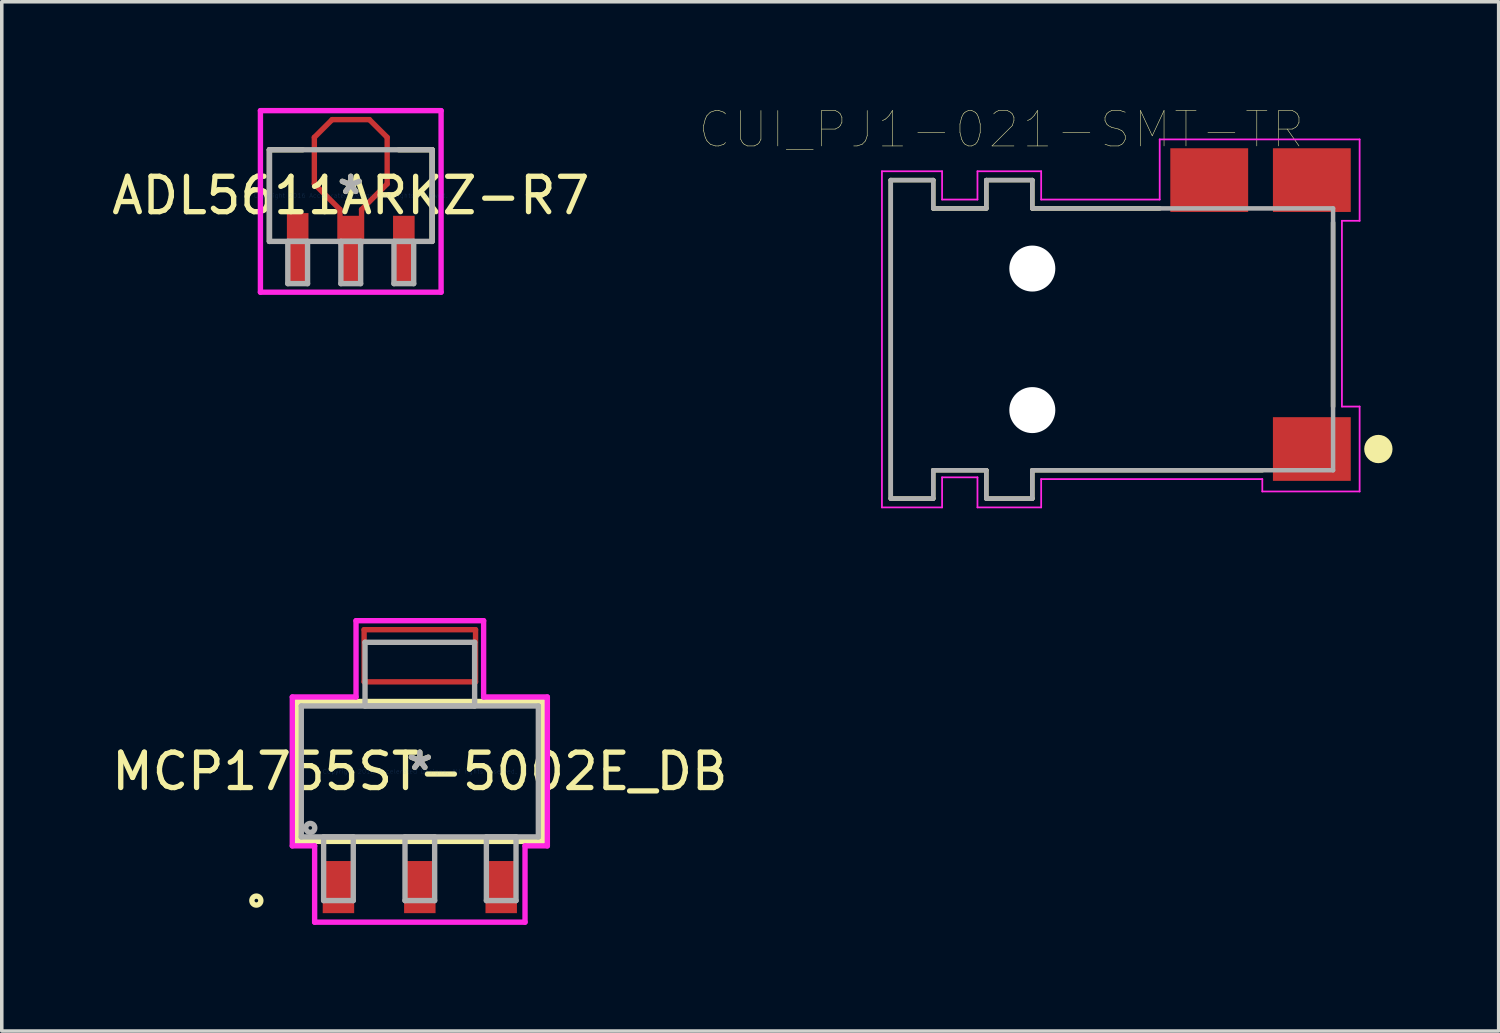
<source format=kicad_pcb>
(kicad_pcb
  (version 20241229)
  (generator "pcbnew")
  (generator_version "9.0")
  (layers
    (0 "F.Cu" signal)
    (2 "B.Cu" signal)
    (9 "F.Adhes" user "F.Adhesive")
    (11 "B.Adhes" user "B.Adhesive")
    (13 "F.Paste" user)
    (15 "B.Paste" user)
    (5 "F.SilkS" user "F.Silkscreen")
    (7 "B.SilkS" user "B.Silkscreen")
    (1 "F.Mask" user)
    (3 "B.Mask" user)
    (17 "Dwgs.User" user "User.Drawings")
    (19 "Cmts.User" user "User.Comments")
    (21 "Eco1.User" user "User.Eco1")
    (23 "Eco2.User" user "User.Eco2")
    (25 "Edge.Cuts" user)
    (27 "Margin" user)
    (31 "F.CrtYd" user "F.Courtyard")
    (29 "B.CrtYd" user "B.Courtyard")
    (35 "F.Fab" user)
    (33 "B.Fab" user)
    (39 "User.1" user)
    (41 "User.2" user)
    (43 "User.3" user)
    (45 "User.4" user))
  (footprint "ADL5611ARKZ-R7"
    (layer "F.Cu")
    (at 6.863 2.477)
    (property "Reference" "ADL5611ARKZ-R7" (at 0 0 0) (layer "F.SilkS") (effects (font (size 1 1) (thickness 0.15))))
    (attr through_hole)
    (fp_line (start -1.029 -1.645) (end -0.527 -2.146) (stroke (width 0.152) (type solid)) (layer "F.Cu"))
    (fp_line (start -1.029 -0.33) (end -1.029 -1.645) (stroke (width 0.152) (type solid)) (layer "F.Cu"))
    (fp_line (start -0.527 -2.146) (end 0.527 -2.146) (stroke (width 0.152) (type solid)) (layer "F.Cu"))
    (fp_line (start -0.305 0.394) (end -1.029 -0.33) (stroke (width 0.152) (type solid)) (layer "F.Cu"))
    (fp_line (start -0.305 1.321) (end -0.305 0.394) (stroke (width 0.152) (type solid)) (layer "F.Cu"))
    (fp_line (start 0.305 0.394) (end 0.305 1.321) (stroke (width 0.152) (type solid)) (layer "F.Cu"))
    (fp_line (start 0.305 1.321) (end -0.305 1.321) (stroke (width 0.152) (type solid)) (layer "F.Cu"))
    (fp_line (start 0.527 -2.146) (end 1.029 -1.645) (stroke (width 0.152) (type solid)) (layer "F.Cu"))
    (fp_line (start 1.029 -1.645) (end 1.029 -0.33) (stroke (width 0.152) (type solid)) (layer "F.Cu"))
    (fp_line (start 1.029 -0.33) (end 0.305 0.394) (stroke (width 0.152) (type solid)) (layer "F.Cu"))
    (fp_line (start -1.054 -1.67) (end -0.552 -2.172) (stroke (width 0.152) (type solid)) (layer "F.Mask"))
    (fp_line (start -1.054 -0.305) (end -1.054 -1.67) (stroke (width 0.152) (type solid)) (layer "F.Mask"))
    (fp_line (start -0.552 -2.172) (end 0.552 -2.172) (stroke (width 0.152) (type solid)) (layer "F.Mask"))
    (fp_line (start -0.33 0.419) (end -1.054 -0.305) (stroke (width 0.152) (type solid)) (layer "F.Mask"))
    (fp_line (start -0.33 1.346) (end -0.33 0.419) (stroke (width 0.152) (type solid)) (layer "F.Mask"))
    (fp_line (start 0.33 0.419) (end 0.33 1.346) (stroke (width 0.152) (type solid)) (layer "F.Mask"))
    (fp_line (start 0.33 1.346) (end -0.33 1.346) (stroke (width 0.152) (type solid)) (layer "F.Mask"))
    (fp_line (start 0.552 -2.172) (end 1.054 -1.67) (stroke (width 0.152) (type solid)) (layer "F.Mask"))
    (fp_line (start 1.054 -1.67) (end 1.054 -0.305) (stroke (width 0.152) (type solid)) (layer "F.Mask"))
    (fp_line (start 1.054 -0.305) (end 0.33 0.419) (stroke (width 0.152) (type solid)) (layer "F.Mask"))
    (fp_line (start -2.299 -1.295) (end -2.299 1.295) (stroke (width 0.152) (type solid)) (layer "F.SilkS"))
    (fp_line (start -1.359 -1.295) (end -2.299 -1.295) (stroke (width 0.152) (type solid)) (layer "F.SilkS"))
    (fp_line (start 2.299 -1.295) (end 1.359 -1.295) (stroke (width 0.152) (type solid)) (layer "F.SilkS"))
    (fp_line (start 2.299 1.295) (end 2.299 -1.295) (stroke (width 0.152) (type solid)) (layer "F.SilkS"))
    (fp_line (start -1.029 -1.645) (end -0.527 -2.146) (stroke (width 0.152) (type solid)) (layer "F.Paste"))
    (fp_line (start -1.029 -0.33) (end -1.029 -1.645) (stroke (width 0.152) (type solid)) (layer "F.Paste"))
    (fp_line (start -0.527 -2.146) (end 0.527 -2.146) (stroke (width 0.152) (type solid)) (layer "F.Paste"))
    (fp_line (start -0.305 0.394) (end -1.029 -0.33) (stroke (width 0.152) (type solid)) (layer "F.Paste"))
    (fp_line (start -0.305 1.321) (end -0.305 0.394) (stroke (width 0.152) (type solid)) (layer "F.Paste"))
    (fp_line (start 0.305 0.394) (end 0.305 1.321) (stroke (width 0.152) (type solid)) (layer "F.Paste"))
    (fp_line (start 0.305 1.321) (end -0.305 1.321) (stroke (width 0.152) (type solid)) (layer "F.Paste"))
    (fp_line (start 0.527 -2.146) (end 1.029 -1.645) (stroke (width 0.152) (type solid)) (layer "F.Paste"))
    (fp_line (start 1.029 -1.645) (end 1.029 -0.33) (stroke (width 0.152) (type solid)) (layer "F.Paste"))
    (fp_line (start 1.029 -0.33) (end 0.305 0.394) (stroke (width 0.152) (type solid)) (layer "F.Paste"))
    (fp_line (start -2.553 -2.4) (end 2.553 -2.4) (stroke (width 0.152) (type solid)) (layer "F.CrtYd"))
    (fp_line (start -2.553 2.731) (end -2.553 -2.4) (stroke (width 0.152) (type solid)) (layer "F.CrtYd"))
    (fp_line (start 2.553 -2.4) (end 2.553 2.731) (stroke (width 0.152) (type solid)) (layer "F.CrtYd"))
    (fp_line (start 2.553 2.731) (end -2.553 2.731) (stroke (width 0.152) (type solid)) (layer "F.CrtYd"))
    (fp_line (start -2.299 -1.295) (end -2.299 1.295) (stroke (width 0.152) (type solid)) (layer "F.Fab"))
    (fp_line (start -2.299 1.295) (end 2.299 1.295) (stroke (width 0.152) (type solid)) (layer "F.Fab"))
    (fp_line (start -1.779 1.295) (end -1.779 2.489) (stroke (width 0.152) (type solid)) (layer "F.Fab"))
    (fp_line (start -1.779 2.489) (end -1.221 2.489) (stroke (width 0.152) (type solid)) (layer "F.Fab"))
    (fp_line (start -1.221 1.295) (end -1.779 1.295) (stroke (width 0.152) (type solid)) (layer "F.Fab"))
    (fp_line (start -1.221 2.489) (end -1.221 1.295) (stroke (width 0.152) (type solid)) (layer "F.Fab"))
    (fp_line (start -0.279 1.295) (end -0.279 2.489) (stroke (width 0.152) (type solid)) (layer "F.Fab"))
    (fp_line (start -0.279 2.489) (end 0.279 2.489) (stroke (width 0.152) (type solid)) (layer "F.Fab"))
    (fp_line (start 0.279 1.295) (end -0.279 1.295) (stroke (width 0.152) (type solid)) (layer "F.Fab"))
    (fp_line (start 0.279 2.489) (end 0.279 1.295) (stroke (width 0.152) (type solid)) (layer "F.Fab"))
    (fp_line (start 1.221 1.295) (end 1.221 2.489) (stroke (width 0.152) (type solid)) (layer "F.Fab"))
    (fp_line (start 1.221 2.489) (end 1.779 2.489) (stroke (width 0.152) (type solid)) (layer "F.Fab"))
    (fp_line (start 1.779 1.295) (end 1.221 1.295) (stroke (width 0.152) (type solid)) (layer "F.Fab"))
    (fp_line (start 1.779 2.489) (end 1.779 1.295) (stroke (width 0.152) (type solid)) (layer "F.Fab"))
    (fp_line (start 2.299 -1.295) (end -2.299 -1.295) (stroke (width 0.152) (type solid)) (layer "F.Fab"))
    (fp_line (start 2.299 1.295) (end 2.299 -1.295) (stroke (width 0.152) (type solid)) (layer "F.Fab"))
    (fp_text user "*" (at 0 0 0) (layer "F.SilkS") (effects (font (size 1 1) (thickness 0.15))))
    (fp_text user "Copyright 2016 Accelerated Designs. All rights reserved." (at 0 0 0) (layer "Cmts.User") (effects (font (size 0.127 0.127) (thickness 0.002))))
    (fp_text user "*" (at 0 0 0) (layer "F.Fab") (effects (font (size 1 1) (thickness 0.15))))
    (pad "1" smd rect (at -1.5 1.524) (size 0.61 2.057) (layers "F.Cu" "F.Mask" "F.Paste"))
    (pad "2" smd rect (at 0 1.524) (size 0.61 1.905) (layers "F.Cu" "F.Mask" "F.Paste"))
    (pad "3" smd rect (at 1.5 1.524) (size 0.61 1.905) (layers "F.Cu" "F.Mask" "F.Paste")))
  (footprint "MCP1755ST-5002E_DB"
    (layer "F.Cu")
    (at 8.815 18.752)
    (property "Reference" "MCP1755ST-5002E_DB" (at 0 0 0) (layer "F.SilkS") (effects (font (size 1 1) (thickness 0.15))))
    (attr through_hole)
    (fp_line (start -1.575 -4.006) (end -1.575 -2.532) (stroke (width 0.152) (type solid)) (layer "F.Cu"))
    (fp_line (start -1.575 -2.532) (end 1.575 -2.532) (stroke (width 0.152) (type solid)) (layer "F.Cu"))
    (fp_line (start 1.575 -4.006) (end -1.575 -4.006) (stroke (width 0.152) (type solid)) (layer "F.Cu"))
    (fp_line (start 1.575 -2.532) (end 1.575 -4.006) (stroke (width 0.152) (type solid)) (layer "F.Cu"))
    (fp_line (start -1.6 -4.361) (end -1.6 -2.177) (stroke (width 0.152) (type solid)) (layer "F.Mask"))
    (fp_line (start -1.6 -2.177) (end 1.6 -2.177) (stroke (width 0.152) (type solid)) (layer "F.Mask"))
    (fp_line (start 1.6 -4.361) (end -1.6 -4.361) (stroke (width 0.152) (type solid)) (layer "F.Mask"))
    (fp_line (start 1.6 -2.177) (end 1.6 -4.361) (stroke (width 0.152) (type solid)) (layer "F.Mask"))
    (fp_line (start -3.477 -1.977) (end -3.477 1.977) (stroke (width 0.152) (type solid)) (layer "F.SilkS"))
    (fp_line (start -3.477 1.977) (end 3.477 1.977) (stroke (width 0.152) (type solid)) (layer "F.SilkS"))
    (fp_line (start 3.477 -1.977) (end -3.477 -1.977) (stroke (width 0.152) (type solid)) (layer "F.SilkS"))
    (fp_line (start 3.477 1.977) (end 3.477 -1.977) (stroke (width 0.152) (type solid)) (layer "F.SilkS"))
    (fp_circle (center -4.62 3.65) (end -4.493 3.65) (stroke (width 0.152) (type solid)) (fill no) (layer "F.SilkS"))
    (fp_line (start -1.575 -4.006) (end -1.575 -2.532) (stroke (width 0.152) (type solid)) (layer "F.Paste"))
    (fp_line (start -1.575 -2.532) (end 1.575 -2.532) (stroke (width 0.152) (type solid)) (layer "F.Paste"))
    (fp_line (start 1.575 -4.006) (end -1.575 -4.006) (stroke (width 0.152) (type solid)) (layer "F.Paste"))
    (fp_line (start 1.575 -2.532) (end 1.575 -4.006) (stroke (width 0.152) (type solid)) (layer "F.Paste"))
    (fp_line (start -3.604 -2.104) (end -1.803 -2.104) (stroke (width 0.152) (type solid)) (layer "F.CrtYd"))
    (fp_line (start -3.604 2.104) (end -3.604 -2.104) (stroke (width 0.152) (type solid)) (layer "F.CrtYd"))
    (fp_line (start -2.973 2.104) (end -3.604 2.104) (stroke (width 0.152) (type solid)) (layer "F.CrtYd"))
    (fp_line (start -2.973 4.26) (end -2.973 2.104) (stroke (width 0.152) (type solid)) (layer "F.CrtYd"))
    (fp_line (start -1.803 -4.26) (end 1.803 -4.26) (stroke (width 0.152) (type solid)) (layer "F.CrtYd"))
    (fp_line (start -1.803 -2.104) (end -1.803 -4.26) (stroke (width 0.152) (type solid)) (layer "F.CrtYd"))
    (fp_line (start 1.803 -4.26) (end 1.803 -2.104) (stroke (width 0.152) (type solid)) (layer "F.CrtYd"))
    (fp_line (start 1.803 -2.104) (end 3.604 -2.104) (stroke (width 0.152) (type solid)) (layer "F.CrtYd"))
    (fp_line (start 2.973 2.104) (end 2.973 4.26) (stroke (width 0.152) (type solid)) (layer "F.CrtYd"))
    (fp_line (start 2.973 4.26) (end -2.973 4.26) (stroke (width 0.152) (type solid)) (layer "F.CrtYd"))
    (fp_line (start 3.604 -2.104) (end 3.604 2.104) (stroke (width 0.152) (type solid)) (layer "F.CrtYd"))
    (fp_line (start 3.604 2.104) (end 2.973 2.104) (stroke (width 0.152) (type solid)) (layer "F.CrtYd"))
    (fp_line (start -3.35 -1.85) (end -3.35 1.85) (stroke (width 0.152) (type solid)) (layer "F.Fab"))
    (fp_line (start -3.35 1.85) (end 3.35 1.85) (stroke (width 0.152) (type solid)) (layer "F.Fab"))
    (fp_line (start -2.719 1.85) (end -2.719 3.65) (stroke (width 0.152) (type solid)) (layer "F.Fab"))
    (fp_line (start -2.719 3.65) (end -1.881 3.65) (stroke (width 0.152) (type solid)) (layer "F.Fab"))
    (fp_line (start -1.881 1.85) (end -2.719 1.85) (stroke (width 0.152) (type solid)) (layer "F.Fab"))
    (fp_line (start -1.881 3.65) (end -1.881 1.85) (stroke (width 0.152) (type solid)) (layer "F.Fab"))
    (fp_line (start -1.549 -3.65) (end -1.549 -1.85) (stroke (width 0.152) (type solid)) (layer "F.Fab"))
    (fp_line (start -1.549 -1.85) (end 1.549 -1.85) (stroke (width 0.152) (type solid)) (layer "F.Fab"))
    (fp_line (start -0.419 1.85) (end -0.419 3.65) (stroke (width 0.152) (type solid)) (layer "F.Fab"))
    (fp_line (start -0.419 3.65) (end 0.419 3.65) (stroke (width 0.152) (type solid)) (layer "F.Fab"))
    (fp_line (start 0.419 1.85) (end -0.419 1.85) (stroke (width 0.152) (type solid)) (layer "F.Fab"))
    (fp_line (start 0.419 3.65) (end 0.419 1.85) (stroke (width 0.152) (type solid)) (layer "F.Fab"))
    (fp_line (start 1.549 -3.65) (end -1.549 -3.65) (stroke (width 0.152) (type solid)) (layer "F.Fab"))
    (fp_line (start 1.549 -1.85) (end 1.549 -3.65) (stroke (width 0.152) (type solid)) (layer "F.Fab"))
    (fp_line (start 1.881 1.85) (end 1.881 3.65) (stroke (width 0.152) (type solid)) (layer "F.Fab"))
    (fp_line (start 1.881 3.65) (end 2.719 3.65) (stroke (width 0.152) (type solid)) (layer "F.Fab"))
    (fp_line (start 2.719 1.85) (end 1.881 1.85) (stroke (width 0.152) (type solid)) (layer "F.Fab"))
    (fp_line (start 2.719 3.65) (end 2.719 1.85) (stroke (width 0.152) (type solid)) (layer "F.Fab"))
    (fp_line (start 3.35 -1.85) (end -3.35 -1.85) (stroke (width 0.152) (type solid)) (layer "F.Fab"))
    (fp_line (start 3.35 1.85) (end 3.35 -1.85) (stroke (width 0.152) (type solid)) (layer "F.Fab"))
    (fp_circle (center -3.096 1.596) (end -2.969 1.596) (stroke (width 0.152) (type solid)) (fill no) (layer "F.Fab"))
    (fp_text user "*" (at 0 0 0) (layer "F.SilkS") (effects (font (size 1 1) (thickness 0.15))))
    (fp_text user "Copyright 2016 Accelerated Designs. All rights reserved." (at 0 0 0) (layer "Cmts.User") (effects (font (size 0.127 0.127) (thickness 0.002))))
    (fp_text user "*" (at 0 0 0) (layer "F.Fab") (effects (font (size 1 1) (thickness 0.15))))
    (pad "1" smd rect (at -2.3 3.269) (size 0.889 1.473) (layers "F.Cu" "F.Mask" "F.Paste"))
    (pad "2" smd rect (at 0 3.269) (size 0.889 1.473) (layers "F.Cu" "F.Mask" "F.Paste"))
    (pad "3" smd rect (at 2.3 3.269) (size 0.889 1.473) (layers "F.Cu" "F.Mask" "F.Paste")))
  (footprint "CUI_PJ1-021-SMT-TR"
    (layer "F.Cu")
    (at 28.375 6.54)
    (property "Reference" "CUI_PJ1-021-SMT-TR" (at -3.127 -5.928 0) (layer "F.SilkS") (effects (font (size 1.001 1.001) (thickness 0.015))))
    (attr through_hole)
    (fp_line (start -6.25 -4.5) (end -5.05 -4.5) (stroke (width 0.127) (type solid)) (layer "F.SilkS"))
    (fp_line (start -6.25 4.5) (end -6.25 -4.5) (stroke (width 0.127) (type solid)) (layer "F.SilkS"))
    (fp_line (start -5.05 -4.5) (end -5.05 -3.7) (stroke (width 0.127) (type solid)) (layer "F.SilkS"))
    (fp_line (start -5.05 -3.7) (end -3.55 -3.7) (stroke (width 0.127) (type solid)) (layer "F.SilkS"))
    (fp_line (start -5.05 3.7) (end -5.05 4.5) (stroke (width 0.127) (type solid)) (layer "F.SilkS"))
    (fp_line (start -5.05 4.5) (end -6.25 4.5) (stroke (width 0.127) (type solid)) (layer "F.SilkS"))
    (fp_line (start -3.55 -4.5) (end -2.25 -4.5) (stroke (width 0.127) (type solid)) (layer "F.SilkS"))
    (fp_line (start -3.55 -3.7) (end -3.55 -4.5) (stroke (width 0.127) (type solid)) (layer "F.SilkS"))
    (fp_line (start -3.55 3.7) (end -5.05 3.7) (stroke (width 0.127) (type solid)) (layer "F.SilkS"))
    (fp_line (start -3.55 4.5) (end -3.55 3.7) (stroke (width 0.127) (type solid)) (layer "F.SilkS"))
    (fp_line (start -3.55 4.5) (end -2.25 4.5) (stroke (width 0.127) (type solid)) (layer "F.SilkS"))
    (fp_line (start -2.25 -4.5) (end -2.25 -3.7) (stroke (width 0.127) (type solid)) (layer "F.SilkS"))
    (fp_line (start -2.25 -3.7) (end 1.35 -3.7) (stroke (width 0.127) (type solid)) (layer "F.SilkS"))
    (fp_line (start -2.25 3.7) (end 4.25 3.7) (stroke (width 0.127) (type solid)) (layer "F.SilkS"))
    (fp_line (start -2.25 4.5) (end -2.25 3.7) (stroke (width 0.127) (type solid)) (layer "F.SilkS"))
    (fp_line (start 6.25 -3.3) (end 6.25 1.9) (stroke (width 0.127) (type solid)) (layer "F.SilkS"))
    (fp_circle (center 7.53 3.1) (end 7.73 3.1) (stroke (width 0.4) (type solid)) (fill no) (layer "F.SilkS"))
    (fp_line (start -6.5 -4.75) (end -4.8 -4.75) (stroke (width 0.05) (type solid)) (layer "F.CrtYd"))
    (fp_line (start -6.5 4.75) (end -6.5 -4.75) (stroke (width 0.05) (type solid)) (layer "F.CrtYd"))
    (fp_line (start -4.8 -4.75) (end -4.8 -3.95) (stroke (width 0.05) (type solid)) (layer "F.CrtYd"))
    (fp_line (start -4.8 -3.95) (end -3.8 -3.95) (stroke (width 0.05) (type solid)) (layer "F.CrtYd"))
    (fp_line (start -4.8 3.9) (end -3.8 3.9) (stroke (width 0.05) (type solid)) (layer "F.CrtYd"))
    (fp_line (start -4.8 4.75) (end -6.5 4.75) (stroke (width 0.05) (type solid)) (layer "F.CrtYd"))
    (fp_line (start -4.8 4.75) (end -4.8 3.9) (stroke (width 0.05) (type solid)) (layer "F.CrtYd"))
    (fp_line (start -3.8 -4.75) (end -2 -4.75) (stroke (width 0.05) (type solid)) (layer "F.CrtYd"))
    (fp_line (start -3.8 -3.95) (end -3.8 -4.75) (stroke (width 0.05) (type solid)) (layer "F.CrtYd"))
    (fp_line (start -3.8 3.9) (end -3.8 4.75) (stroke (width 0.05) (type solid)) (layer "F.CrtYd"))
    (fp_line (start -2 -4.75) (end -2 -3.95) (stroke (width 0.05) (type solid)) (layer "F.CrtYd"))
    (fp_line (start -2 -3.95) (end 1.35 -3.95) (stroke (width 0.05) (type solid)) (layer "F.CrtYd"))
    (fp_line (start -2 3.95) (end 4.25 3.95) (stroke (width 0.05) (type solid)) (layer "F.CrtYd"))
    (fp_line (start -2 4.75) (end -3.8 4.75) (stroke (width 0.05) (type solid)) (layer "F.CrtYd"))
    (fp_line (start -2 4.75) (end -2 3.95) (stroke (width 0.05) (type solid)) (layer "F.CrtYd"))
    (fp_line (start 1.35 -5.65) (end 7 -5.65) (stroke (width 0.05) (type solid)) (layer "F.CrtYd"))
    (fp_line (start 1.35 -3.95) (end 1.35 -5.65) (stroke (width 0.05) (type solid)) (layer "F.CrtYd"))
    (fp_line (start 4.25 3.95) (end 4.25 4.3) (stroke (width 0.05) (type solid)) (layer "F.CrtYd"))
    (fp_line (start 4.25 4.3) (end 7 4.3) (stroke (width 0.05) (type solid)) (layer "F.CrtYd"))
    (fp_line (start 6.5 -3.35) (end 6.5 1.9) (stroke (width 0.05) (type solid)) (layer "F.CrtYd"))
    (fp_line (start 6.5 1.9) (end 7 1.9) (stroke (width 0.05) (type solid)) (layer "F.CrtYd"))
    (fp_line (start 7 -5.65) (end 7 -3.35) (stroke (width 0.05) (type solid)) (layer "F.CrtYd"))
    (fp_line (start 7 -3.35) (end 6.5 -3.35) (stroke (width 0.05) (type solid)) (layer "F.CrtYd"))
    (fp_line (start 7 1.9) (end 7 4.3) (stroke (width 0.05) (type solid)) (layer "F.CrtYd"))
    (fp_line (start -6.25 -4.5) (end -5.05 -4.5) (stroke (width 0.127) (type solid)) (layer "F.Fab"))
    (fp_line (start -6.25 4.5) (end -6.25 -4.5) (stroke (width 0.127) (type solid)) (layer "F.Fab"))
    (fp_line (start -5.05 -4.5) (end -5.05 -3.7) (stroke (width 0.127) (type solid)) (layer "F.Fab"))
    (fp_line (start -5.05 -3.7) (end -3.55 -3.7) (stroke (width 0.127) (type solid)) (layer "F.Fab"))
    (fp_line (start -5.05 3.7) (end -5.05 4.5) (stroke (width 0.127) (type solid)) (layer "F.Fab"))
    (fp_line (start -5.05 4.5) (end -6.25 4.5) (stroke (width 0.127) (type solid)) (layer "F.Fab"))
    (fp_line (start -3.55 -4.5) (end -2.25 -4.5) (stroke (width 0.127) (type solid)) (layer "F.Fab"))
    (fp_line (start -3.55 -3.7) (end -3.55 -4.5) (stroke (width 0.127) (type solid)) (layer "F.Fab"))
    (fp_line (start -3.55 3.7) (end -5.05 3.7) (stroke (width 0.127) (type solid)) (layer "F.Fab"))
    (fp_line (start -3.55 4.5) (end -3.55 3.7) (stroke (width 0.127) (type solid)) (layer "F.Fab"))
    (fp_line (start -3.55 4.5) (end -2.25 4.5) (stroke (width 0.127) (type solid)) (layer "F.Fab"))
    (fp_line (start -2.25 -4.5) (end -2.25 -3.7) (stroke (width 0.127) (type solid)) (layer "F.Fab"))
    (fp_line (start -2.25 -3.7) (end 6.25 -3.7) (stroke (width 0.127) (type solid)) (layer "F.Fab"))
    (fp_line (start -2.25 3.7) (end 6.25 3.7) (stroke (width 0.127) (type solid)) (layer "F.Fab"))
    (fp_line (start -2.25 4.5) (end -2.25 3.7) (stroke (width 0.127) (type solid)) (layer "F.Fab"))
    (fp_line (start 6.25 -3.7) (end 6.25 3.7) (stroke (width 0.127) (type solid)) (layer "F.Fab"))
    (pad "" np_thru_hole circle (at -2.25 -2) (size 1.3 1.3) (drill 1.3) (layers "*.Cu" "*.Mask"))
    (pad "" np_thru_hole circle (at -2.25 2) (size 1.3 1.3) (drill 1.3) (layers "*.Cu" "*.Mask"))
    (pad "1" smd rect (at 5.65 3.1) (size 2.2 1.8) (layers "F.Cu" "F.Mask" "F.Paste"))
    (pad "2" smd rect (at 2.75 -4.5) (size 2.2 1.8) (layers "F.Cu" "F.Mask" "F.Paste"))
    (pad "3" smd rect (at 5.65 -4.5) (size 2.2 1.8) (layers "F.Cu" "F.Mask" "F.Paste")))
  (gr_rect
    (start -3 -3)
    (end 39.305 26.088)
    (stroke (width 0.1) (type default))
    (fill no)
    (layer "Edge.Cuts")))
</source>
